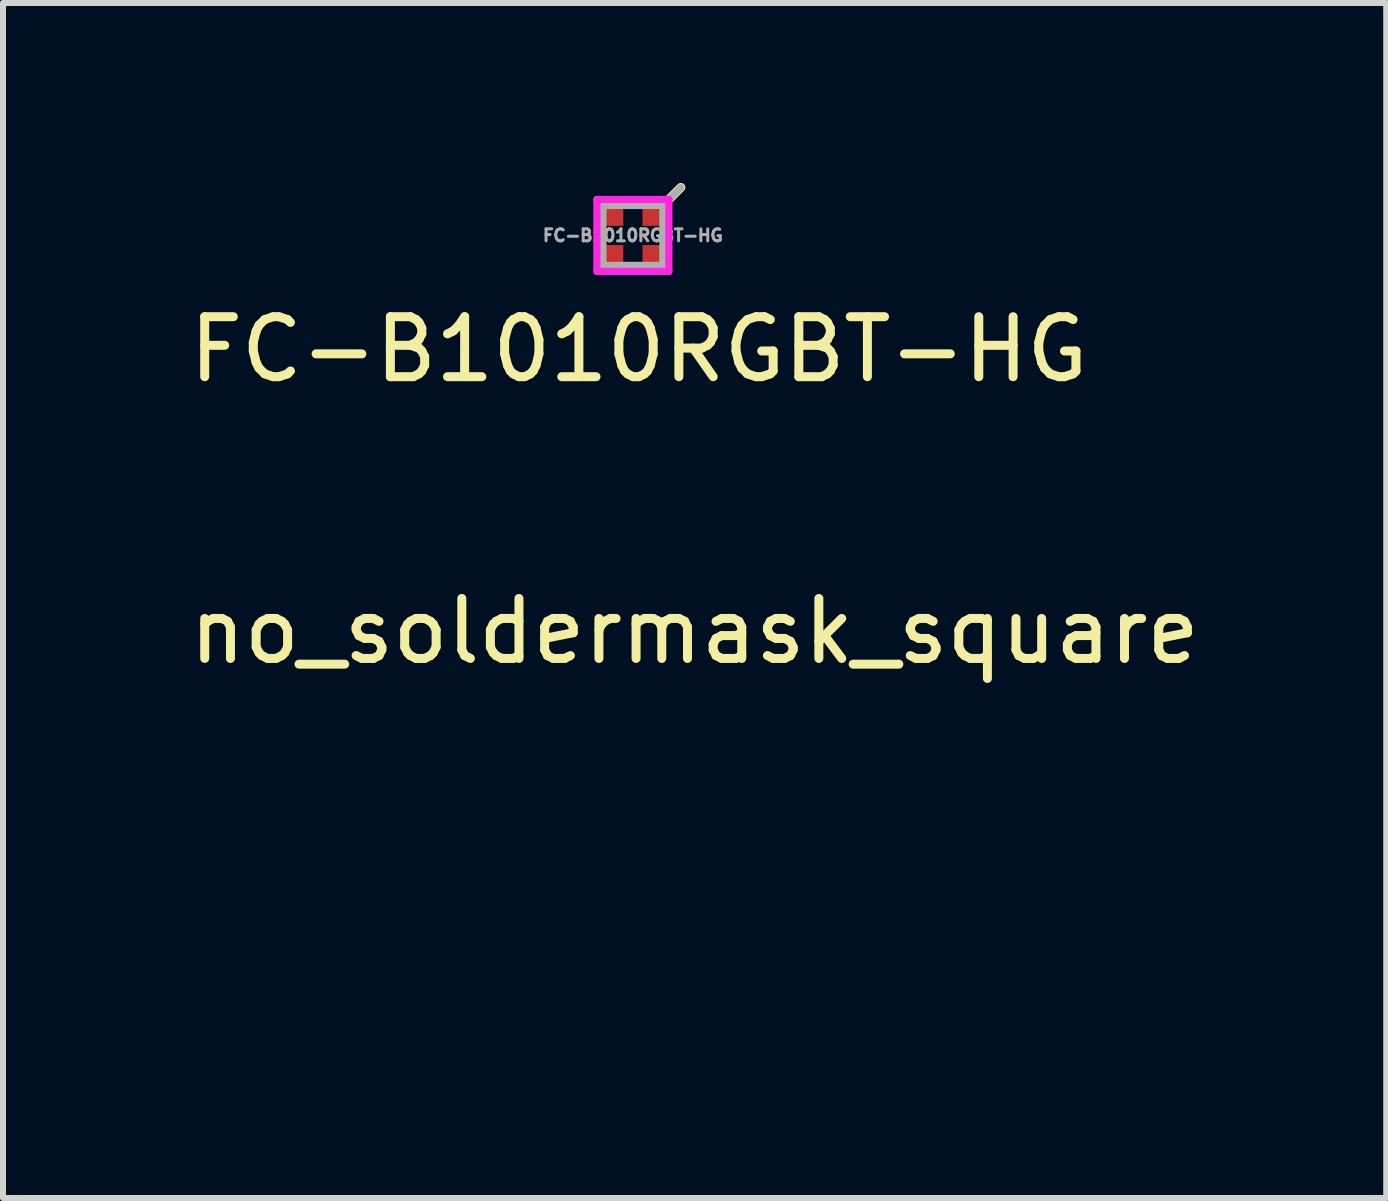
<source format=kicad_pcb>
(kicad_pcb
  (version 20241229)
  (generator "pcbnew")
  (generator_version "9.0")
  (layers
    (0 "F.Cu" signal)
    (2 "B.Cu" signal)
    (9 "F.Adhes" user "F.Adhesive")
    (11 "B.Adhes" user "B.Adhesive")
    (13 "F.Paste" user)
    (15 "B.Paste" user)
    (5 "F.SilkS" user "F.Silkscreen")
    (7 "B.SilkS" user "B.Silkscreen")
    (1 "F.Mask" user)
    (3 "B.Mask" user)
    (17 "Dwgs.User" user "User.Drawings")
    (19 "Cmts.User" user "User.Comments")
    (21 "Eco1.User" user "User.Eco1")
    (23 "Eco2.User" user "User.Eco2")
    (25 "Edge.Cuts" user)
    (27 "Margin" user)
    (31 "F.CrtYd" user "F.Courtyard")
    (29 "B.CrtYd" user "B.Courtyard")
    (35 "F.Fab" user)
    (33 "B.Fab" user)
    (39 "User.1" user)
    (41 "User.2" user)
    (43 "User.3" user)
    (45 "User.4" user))
  (footprint "no_soldermask_square"
    (layer "F.Cu")
    (at 8.63 11.472)
    (property "Reference" "no_soldermask_square" (at -0.1 -4 0) (layer "F.SilkS") (effects (font (size 1 1) (thickness 0.15))))
    (attr exclude_from_pos_files exclude_from_bom)
    (fp_poly (pts (xy -2.4 -2.4) (xy -2.4 2.4) (xy 2.4 2.4) (xy 2.4 -2.4)) (stroke (width 0.1) (type solid)) (fill yes) (layer "F.Mask")))
  (footprint "FC-B1010RGBT-HG"
    (layer "F.Cu")
    (at 7.501 0.875)
    (property "Reference" "FC-B1010RGBT-HG" (at 0.1 1.9 0) (layer "F.SilkS") (effects (font (size 1 1) (thickness 0.15))))
    (attr smd)
    (fp_line (start 0.6 -0.6) (end 0.8 -0.8) (stroke (width 0.15) (type solid)) (layer "F.SilkS"))
    (fp_line (start -0.6 -0.6) (end 0.6 -0.6) (stroke (width 0.12) (type solid)) (layer "F.CrtYd"))
    (fp_line (start -0.6 0.6) (end -0.6 -0.6) (stroke (width 0.12) (type solid)) (layer "F.CrtYd"))
    (fp_line (start 0.6 -0.6) (end 0.6 0.6) (stroke (width 0.12) (type solid)) (layer "F.CrtYd"))
    (fp_line (start 0.6 0.6) (end -0.6 0.6) (stroke (width 0.12) (type solid)) (layer "F.CrtYd"))
    (fp_line (start -0.5 -0.5) (end 0.5 -0.5) (stroke (width 0.12) (type solid)) (layer "F.Fab"))
    (fp_line (start -0.5 0.5) (end -0.5 -0.5) (stroke (width 0.12) (type solid)) (layer "F.Fab"))
    (fp_line (start 0.5 -0.5) (end 0.5 0.5) (stroke (width 0.12) (type solid)) (layer "F.Fab"))
    (fp_line (start 0.5 -0.5) (end 0.8 -0.8) (stroke (width 0.12) (type solid)) (layer "F.Fab"))
    (fp_line (start 0.5 0.5) (end -0.5 0.5) (stroke (width 0.12) (type solid)) (layer "F.Fab"))
    (fp_text user "${REFERENCE}" (at 0 0 0) (layer "F.Fab") (effects (font (size 0.2 0.2) (thickness 0.05))))
    (pad "1" smd rect (at 0.385 -0.385) (size 0.45 0.45) (layers "F.Cu" "F.Mask" "F.Paste"))
    (pad "2" smd rect (at 0.385 0.385) (size 0.45 0.45) (layers "F.Cu" "F.Mask" "F.Paste"))
    (pad "3" smd rect (at -0.385 0.385) (size 0.45 0.45) (layers "F.Cu" "F.Mask" "F.Paste"))
    (pad "4" smd rect (at -0.385 -0.385) (size 0.45 0.45) (layers "F.Cu" "F.Mask" "F.Paste")))
  (gr_rect
    (start -3 -3)
    (end 20.06 16.922)
    (stroke (width 0.1) (type default))
    (fill no)
    (layer "Edge.Cuts")))
</source>
